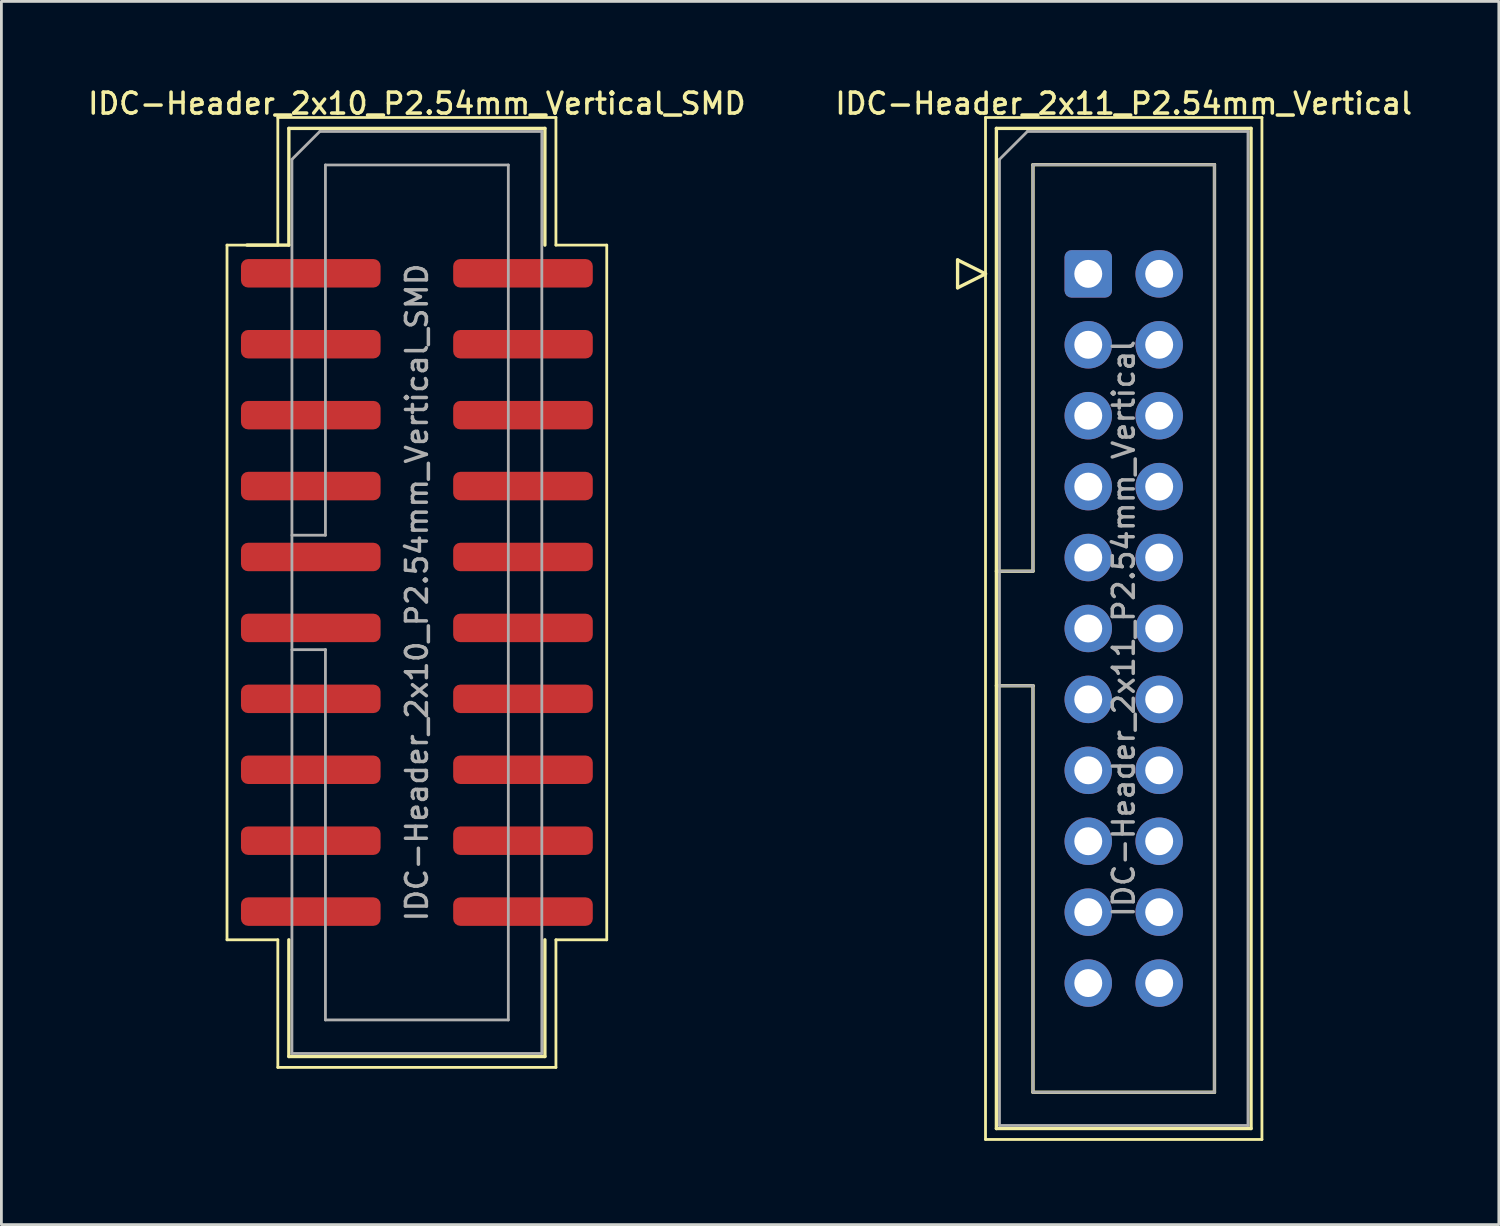
<source format=kicad_pcb>
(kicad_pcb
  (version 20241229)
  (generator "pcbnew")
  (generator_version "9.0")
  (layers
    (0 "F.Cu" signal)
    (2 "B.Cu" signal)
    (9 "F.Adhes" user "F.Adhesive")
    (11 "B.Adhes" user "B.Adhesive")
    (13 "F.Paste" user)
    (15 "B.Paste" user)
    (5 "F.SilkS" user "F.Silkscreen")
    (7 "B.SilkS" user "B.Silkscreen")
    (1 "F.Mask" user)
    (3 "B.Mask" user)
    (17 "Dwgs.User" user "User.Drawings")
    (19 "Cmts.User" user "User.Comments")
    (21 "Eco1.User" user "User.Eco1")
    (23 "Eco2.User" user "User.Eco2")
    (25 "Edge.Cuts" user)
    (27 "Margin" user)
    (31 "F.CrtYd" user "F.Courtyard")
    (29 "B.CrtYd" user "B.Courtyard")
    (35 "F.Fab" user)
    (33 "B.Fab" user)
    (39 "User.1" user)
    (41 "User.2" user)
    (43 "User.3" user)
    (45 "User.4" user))
  (footprint "IDC-Header_2x11_P2.54mm_Vertical"
    (layer "F.Cu")
    (at 35.925 6.758)
    (property "Reference" "IDC-Header_2x11_P2.54mm_Vertical" (at 1.27 -6.1 0) (layer "F.SilkS") (effects (font (size 0.75 0.75) (thickness 0.125))))
    (attr through_hole)
    (fp_line (start -4.68 -0.5) (end -4.68 0.5) (stroke (width 0.12) (type solid)) (layer "F.SilkS"))
    (fp_line (start -4.68 0.5) (end -3.68 0) (stroke (width 0.12) (type solid)) (layer "F.SilkS"))
    (fp_line (start -3.68 -5.6) (end -3.68 31) (stroke (width 0.1) (type solid)) (layer "F.SilkS"))
    (fp_line (start -3.68 0) (end -4.68 -0.5) (stroke (width 0.12) (type solid)) (layer "F.SilkS"))
    (fp_line (start -3.68 31) (end 6.22 31) (stroke (width 0.1) (type solid)) (layer "F.SilkS"))
    (fp_line (start -3.29 -5.21) (end 5.83 -5.21) (stroke (width 0.12) (type solid)) (layer "F.SilkS"))
    (fp_line (start -3.29 10.65) (end -1.98 10.65) (stroke (width 0.12) (type solid)) (layer "F.SilkS"))
    (fp_line (start -3.29 30.61) (end -3.29 -5.21) (stroke (width 0.12) (type solid)) (layer "F.SilkS"))
    (fp_line (start -1.98 -3.91) (end 4.52 -3.91) (stroke (width 0.12) (type solid)) (layer "F.SilkS"))
    (fp_line (start -1.98 10.65) (end -1.98 -3.91) (stroke (width 0.12) (type solid)) (layer "F.SilkS"))
    (fp_line (start -1.98 14.75) (end -3.29 14.75) (stroke (width 0.12) (type solid)) (layer "F.SilkS"))
    (fp_line (start -1.98 14.75) (end -1.98 14.75) (stroke (width 0.12) (type solid)) (layer "F.SilkS"))
    (fp_line (start -1.98 29.31) (end -1.98 14.75) (stroke (width 0.12) (type solid)) (layer "F.SilkS"))
    (fp_line (start 4.52 -3.91) (end 4.52 29.31) (stroke (width 0.12) (type solid)) (layer "F.SilkS"))
    (fp_line (start 4.52 29.31) (end -1.98 29.31) (stroke (width 0.12) (type solid)) (layer "F.SilkS"))
    (fp_line (start 5.83 -5.21) (end 5.83 30.61) (stroke (width 0.12) (type solid)) (layer "F.SilkS"))
    (fp_line (start 5.83 30.61) (end -3.29 30.61) (stroke (width 0.12) (type solid)) (layer "F.SilkS"))
    (fp_line (start 6.22 -5.6) (end -3.68 -5.6) (stroke (width 0.1) (type solid)) (layer "F.SilkS"))
    (fp_line (start 6.22 31) (end 6.22 -5.6) (stroke (width 0.1) (type solid)) (layer "F.SilkS"))
    (fp_line (start -3.18 -4.1) (end -2.18 -5.1) (stroke (width 0.1) (type solid)) (layer "F.Fab"))
    (fp_line (start -3.18 10.65) (end -1.98 10.65) (stroke (width 0.1) (type solid)) (layer "F.Fab"))
    (fp_line (start -3.18 30.5) (end -3.18 -4.1) (stroke (width 0.1) (type solid)) (layer "F.Fab"))
    (fp_line (start -2.18 -5.1) (end 5.72 -5.1) (stroke (width 0.1) (type solid)) (layer "F.Fab"))
    (fp_line (start -1.98 -3.91) (end 4.52 -3.91) (stroke (width 0.1) (type solid)) (layer "F.Fab"))
    (fp_line (start -1.98 10.65) (end -1.98 -3.91) (stroke (width 0.1) (type solid)) (layer "F.Fab"))
    (fp_line (start -1.98 14.75) (end -3.18 14.75) (stroke (width 0.1) (type solid)) (layer "F.Fab"))
    (fp_line (start -1.98 14.75) (end -1.98 14.75) (stroke (width 0.1) (type solid)) (layer "F.Fab"))
    (fp_line (start -1.98 29.31) (end -1.98 14.75) (stroke (width 0.1) (type solid)) (layer "F.Fab"))
    (fp_line (start 4.52 -3.91) (end 4.52 29.31) (stroke (width 0.1) (type solid)) (layer "F.Fab"))
    (fp_line (start 4.52 29.31) (end -1.98 29.31) (stroke (width 0.1) (type solid)) (layer "F.Fab"))
    (fp_line (start 5.72 -5.1) (end 5.72 30.5) (stroke (width 0.1) (type solid)) (layer "F.Fab"))
    (fp_line (start 5.72 30.5) (end -3.18 30.5) (stroke (width 0.1) (type solid)) (layer "F.Fab"))
    (fp_text user "${REFERENCE}" (at 1.27 12.7 90) (layer "F.Fab") (effects (font (size 0.75 0.75) (thickness 0.125))))
    (pad "1" thru_hole roundrect (at 0 0) (size 1.7 1.7) (drill 1) (layers "*.Cu" "*.Mask") (roundrect_rratio 0.147))
    (pad "2" thru_hole circle (at 2.54 0) (size 1.7 1.7) (drill 1) (layers "*.Cu" "*.Mask"))
    (pad "3" thru_hole circle (at 0 2.54) (size 1.7 1.7) (drill 1) (layers "*.Cu" "*.Mask"))
    (pad "4" thru_hole circle (at 2.54 2.54) (size 1.7 1.7) (drill 1) (layers "*.Cu" "*.Mask"))
    (pad "5" thru_hole circle (at 0 5.08) (size 1.7 1.7) (drill 1) (layers "*.Cu" "*.Mask"))
    (pad "6" thru_hole circle (at 2.54 5.08) (size 1.7 1.7) (drill 1) (layers "*.Cu" "*.Mask"))
    (pad "7" thru_hole circle (at 0 7.62) (size 1.7 1.7) (drill 1) (layers "*.Cu" "*.Mask"))
    (pad "8" thru_hole circle (at 2.54 7.62) (size 1.7 1.7) (drill 1) (layers "*.Cu" "*.Mask"))
    (pad "9" thru_hole circle (at 0 10.16) (size 1.7 1.7) (drill 1) (layers "*.Cu" "*.Mask"))
    (pad "10" thru_hole circle (at 2.54 10.16) (size 1.7 1.7) (drill 1) (layers "*.Cu" "*.Mask"))
    (pad "11" thru_hole circle (at 0 12.7) (size 1.7 1.7) (drill 1) (layers "*.Cu" "*.Mask"))
    (pad "12" thru_hole circle (at 2.54 12.7) (size 1.7 1.7) (drill 1) (layers "*.Cu" "*.Mask"))
    (pad "13" thru_hole circle (at 0 15.24) (size 1.7 1.7) (drill 1) (layers "*.Cu" "*.Mask"))
    (pad "14" thru_hole circle (at 2.54 15.24) (size 1.7 1.7) (drill 1) (layers "*.Cu" "*.Mask"))
    (pad "15" thru_hole circle (at 0 17.78) (size 1.7 1.7) (drill 1) (layers "*.Cu" "*.Mask"))
    (pad "16" thru_hole circle (at 2.54 17.78) (size 1.7 1.7) (drill 1) (layers "*.Cu" "*.Mask"))
    (pad "17" thru_hole circle (at 0 20.32) (size 1.7 1.7) (drill 1) (layers "*.Cu" "*.Mask"))
    (pad "18" thru_hole circle (at 2.54 20.32) (size 1.7 1.7) (drill 1) (layers "*.Cu" "*.Mask"))
    (pad "19" thru_hole circle (at 0 22.86) (size 1.7 1.7) (drill 1) (layers "*.Cu" "*.Mask"))
    (pad "20" thru_hole circle (at 2.54 22.86) (size 1.7 1.7) (drill 1) (layers "*.Cu" "*.Mask"))
    (pad "21" thru_hole circle (at 0 25.4) (size 1.7 1.7) (drill 1) (layers "*.Cu" "*.Mask"))
    (pad "22" thru_hole circle (at 2.54 25.4) (size 1.7 1.7) (drill 1) (layers "*.Cu" "*.Mask")))
  (footprint "IDC-Header_2x10_P2.54mm_Vertical_SMD"
    (layer "F.Cu")
    (at 11.88 18.168)
    (property "Reference" "IDC-Header_2x10_P2.54mm_Vertical_SMD" (at 0 -17.51 0) (layer "F.SilkS") (effects (font (size 0.75 0.75) (thickness 0.125))))
    (attr smd)
    (fp_line (start -6.8 -12.44) (end -6.8 12.44) (stroke (width 0.1) (type solid)) (layer "F.SilkS"))
    (fp_line (start -6.8 12.44) (end -4.98 12.44) (stroke (width 0.1) (type solid)) (layer "F.SilkS"))
    (fp_line (start -4.98 -17.01) (end -4.98 -12.44) (stroke (width 0.1) (type solid)) (layer "F.SilkS"))
    (fp_line (start -4.98 -12.44) (end -6.8 -12.44) (stroke (width 0.1) (type solid)) (layer "F.SilkS"))
    (fp_line (start -4.98 12.44) (end -4.98 17.01) (stroke (width 0.1) (type solid)) (layer "F.SilkS"))
    (fp_line (start -4.98 17.01) (end 4.98 17.01) (stroke (width 0.1) (type solid)) (layer "F.SilkS"))
    (fp_line (start -4.585 -16.62) (end 4.585 -16.62) (stroke (width 0.12) (type solid)) (layer "F.SilkS"))
    (fp_line (start -4.585 -12.44) (end -6.085 -12.44) (stroke (width 0.12) (type solid)) (layer "F.SilkS"))
    (fp_line (start -4.585 -12.44) (end -4.585 -16.62) (stroke (width 0.12) (type solid)) (layer "F.SilkS"))
    (fp_line (start -4.585 12.44) (end -4.585 16.62) (stroke (width 0.12) (type solid)) (layer "F.SilkS"))
    (fp_line (start -4.585 16.62) (end 4.585 16.62) (stroke (width 0.12) (type solid)) (layer "F.SilkS"))
    (fp_line (start 4.585 -16.62) (end 4.585 -12.44) (stroke (width 0.12) (type solid)) (layer "F.SilkS"))
    (fp_line (start 4.585 16.62) (end 4.585 12.44) (stroke (width 0.12) (type solid)) (layer "F.SilkS"))
    (fp_line (start 4.98 -17.01) (end -4.98 -17.01) (stroke (width 0.1) (type solid)) (layer "F.SilkS"))
    (fp_line (start 4.98 -12.44) (end 4.98 -17.01) (stroke (width 0.1) (type solid)) (layer "F.SilkS"))
    (fp_line (start 4.98 12.44) (end 6.8 12.44) (stroke (width 0.1) (type solid)) (layer "F.SilkS"))
    (fp_line (start 4.98 17.01) (end 4.98 12.44) (stroke (width 0.1) (type solid)) (layer "F.SilkS"))
    (fp_line (start 6.8 -12.44) (end 4.98 -12.44) (stroke (width 0.1) (type solid)) (layer "F.SilkS"))
    (fp_line (start 6.8 12.44) (end 6.8 -12.44) (stroke (width 0.1) (type solid)) (layer "F.SilkS"))
    (fp_line (start -4.475 -15.51) (end -3.475 -16.51) (stroke (width 0.1) (type solid)) (layer "F.Fab"))
    (fp_line (start -4.475 -2.05) (end -3.275 -2.05) (stroke (width 0.1) (type solid)) (layer "F.Fab"))
    (fp_line (start -4.475 16.51) (end -4.475 -15.51) (stroke (width 0.1) (type solid)) (layer "F.Fab"))
    (fp_line (start -3.475 -16.51) (end 4.475 -16.51) (stroke (width 0.1) (type solid)) (layer "F.Fab"))
    (fp_line (start -3.275 -15.31) (end 3.275 -15.31) (stroke (width 0.1) (type solid)) (layer "F.Fab"))
    (fp_line (start -3.275 -2.05) (end -3.275 -15.31) (stroke (width 0.1) (type solid)) (layer "F.Fab"))
    (fp_line (start -3.275 2.05) (end -4.475 2.05) (stroke (width 0.1) (type solid)) (layer "F.Fab"))
    (fp_line (start -3.275 2.05) (end -3.275 2.05) (stroke (width 0.1) (type solid)) (layer "F.Fab"))
    (fp_line (start -3.275 15.31) (end -3.275 2.05) (stroke (width 0.1) (type solid)) (layer "F.Fab"))
    (fp_line (start 3.275 -15.31) (end 3.275 15.31) (stroke (width 0.1) (type solid)) (layer "F.Fab"))
    (fp_line (start 3.275 15.31) (end -3.275 15.31) (stroke (width 0.1) (type solid)) (layer "F.Fab"))
    (fp_line (start 4.475 -16.51) (end 4.475 16.51) (stroke (width 0.1) (type solid)) (layer "F.Fab"))
    (fp_line (start 4.475 16.51) (end -4.475 16.51) (stroke (width 0.1) (type solid)) (layer "F.Fab"))
    (fp_text user "${REFERENCE}" (at 0 0 90) (layer "F.Fab") (effects (font (size 0.75 0.75) (thickness 0.125))))
    (pad "1" smd roundrect (at -3.8 -11.43) (size 5 1.02) (layers "F.Cu" "F.Mask" "F.Paste") (roundrect_rratio 0.25))
    (pad "2" smd roundrect (at 3.8 -11.43) (size 5 1.02) (layers "F.Cu" "F.Mask" "F.Paste") (roundrect_rratio 0.25))
    (pad "3" smd roundrect (at -3.8 -8.89) (size 5 1.02) (layers "F.Cu" "F.Mask" "F.Paste") (roundrect_rratio 0.25))
    (pad "4" smd roundrect (at 3.8 -8.89) (size 5 1.02) (layers "F.Cu" "F.Mask" "F.Paste") (roundrect_rratio 0.25))
    (pad "5" smd roundrect (at -3.8 -6.35) (size 5 1.02) (layers "F.Cu" "F.Mask" "F.Paste") (roundrect_rratio 0.25))
    (pad "6" smd roundrect (at 3.8 -6.35) (size 5 1.02) (layers "F.Cu" "F.Mask" "F.Paste") (roundrect_rratio 0.25))
    (pad "7" smd roundrect (at -3.8 -3.81) (size 5 1.02) (layers "F.Cu" "F.Mask" "F.Paste") (roundrect_rratio 0.25))
    (pad "8" smd roundrect (at 3.8 -3.81) (size 5 1.02) (layers "F.Cu" "F.Mask" "F.Paste") (roundrect_rratio 0.25))
    (pad "9" smd roundrect (at -3.8 -1.27) (size 5 1.02) (layers "F.Cu" "F.Mask" "F.Paste") (roundrect_rratio 0.25))
    (pad "10" smd roundrect (at 3.8 -1.27) (size 5 1.02) (layers "F.Cu" "F.Mask" "F.Paste") (roundrect_rratio 0.25))
    (pad "11" smd roundrect (at -3.8 1.27) (size 5 1.02) (layers "F.Cu" "F.Mask" "F.Paste") (roundrect_rratio 0.25))
    (pad "12" smd roundrect (at 3.8 1.27) (size 5 1.02) (layers "F.Cu" "F.Mask" "F.Paste") (roundrect_rratio 0.25))
    (pad "13" smd roundrect (at -3.8 3.81) (size 5 1.02) (layers "F.Cu" "F.Mask" "F.Paste") (roundrect_rratio 0.25))
    (pad "14" smd roundrect (at 3.8 3.81) (size 5 1.02) (layers "F.Cu" "F.Mask" "F.Paste") (roundrect_rratio 0.25))
    (pad "15" smd roundrect (at -3.8 6.35) (size 5 1.02) (layers "F.Cu" "F.Mask" "F.Paste") (roundrect_rratio 0.25))
    (pad "16" smd roundrect (at 3.8 6.35) (size 5 1.02) (layers "F.Cu" "F.Mask" "F.Paste") (roundrect_rratio 0.25))
    (pad "17" smd roundrect (at -3.8 8.89) (size 5 1.02) (layers "F.Cu" "F.Mask" "F.Paste") (roundrect_rratio 0.25))
    (pad "18" smd roundrect (at 3.8 8.89) (size 5 1.02) (layers "F.Cu" "F.Mask" "F.Paste") (roundrect_rratio 0.25))
    (pad "19" smd roundrect (at -3.8 11.43) (size 5 1.02) (layers "F.Cu" "F.Mask" "F.Paste") (roundrect_rratio 0.25))
    (pad "20" smd roundrect (at 3.8 11.43) (size 5 1.02) (layers "F.Cu" "F.Mask" "F.Paste") (roundrect_rratio 0.25)))
  (gr_rect
    (start -3 -3)
    (end 50.629 40.808)
    (stroke (width 0.1) (type default))
    (fill no)
    (layer "Edge.Cuts")))
</source>
